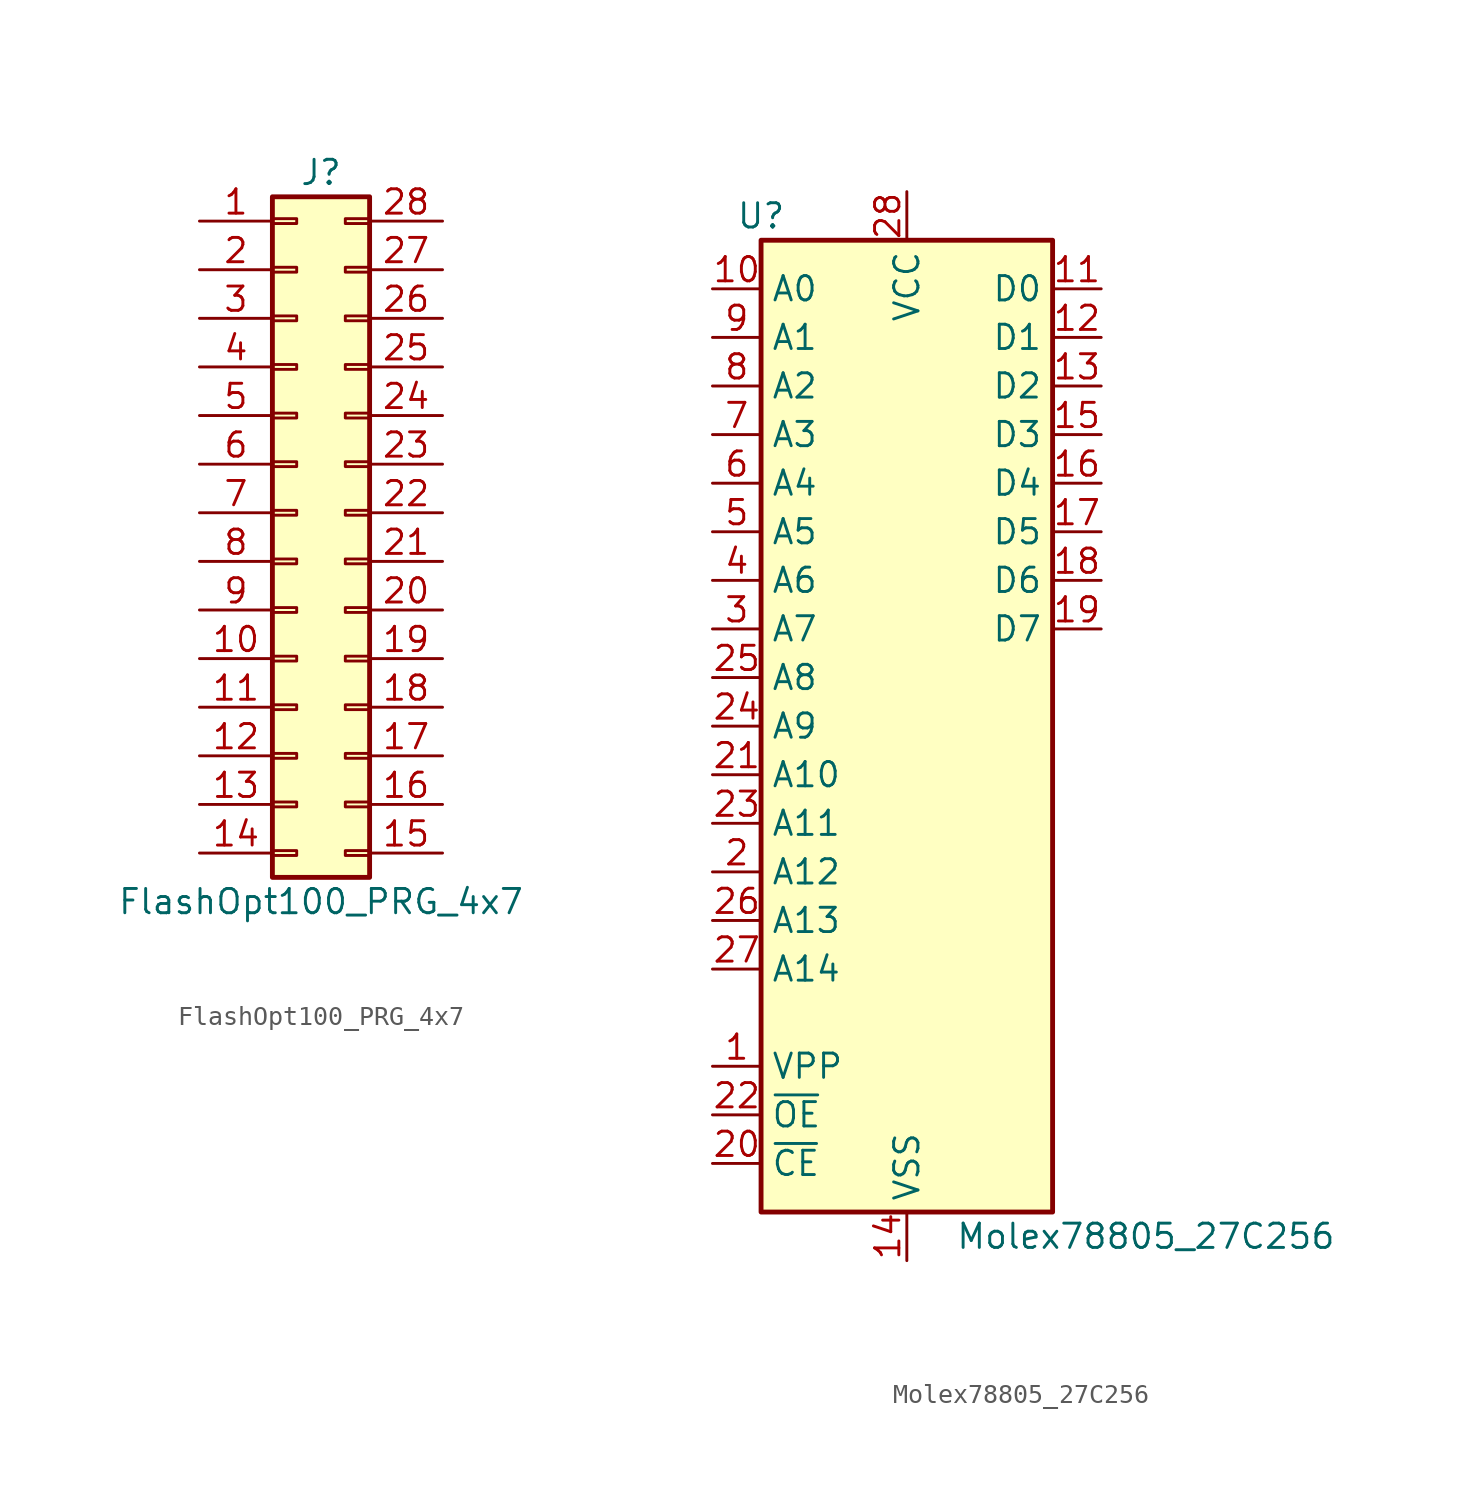
<source format=kicad_sym>
(kicad_symbol_lib
  (version 20211014)
  (generator kicad_symbol_editor)
  (symbol "FlashOpt100_PRG_4x7"
    (pin_names
      (offset 1.016) hide)
    (property "Reference" "J"
      (at 0 17.78 0)
      (effects (font (size 1.27 1.27))))
    (property "Value" "FlashOpt100_PRG_4x7"
      (at 0 -20.32 0)
      (effects (font (size 1.27 1.27))))
    (symbol "FlashOpt100_PRG_4x7_1_1"
      (rectangle (start -2.54 -17.653) (end -1.27 -17.907) (stroke (width 0.152) (type default) (color 0 0 0 0)) (fill (type none)))
      (rectangle (start -2.54 -15.113) (end -1.27 -15.367) (stroke (width 0.152) (type default) (color 0 0 0 0)) (fill (type none)))
      (rectangle (start -2.54 -12.573) (end -1.27 -12.827) (stroke (width 0.152) (type default) (color 0 0 0 0)) (fill (type none)))
      (rectangle (start -2.54 -10.033) (end -1.27 -10.287) (stroke (width 0.152) (type default) (color 0 0 0 0)) (fill (type none)))
      (rectangle (start -2.54 -7.493) (end -1.27 -7.747) (stroke (width 0.152) (type default) (color 0 0 0 0)) (fill (type none)))
      (rectangle (start -2.54 -4.953) (end -1.27 -5.207) (stroke (width 0.152) (type default) (color 0 0 0 0)) (fill (type none)))
      (rectangle (start -2.54 -2.413) (end -1.27 -2.667) (stroke (width 0.152) (type default) (color 0 0 0 0)) (fill (type none)))
      (rectangle (start -2.54 0.127) (end -1.27 -0.127) (stroke (width 0.152) (type default) (color 0 0 0 0)) (fill (type none)))
      (rectangle (start -2.54 2.667) (end -1.27 2.413) (stroke (width 0.152) (type default) (color 0 0 0 0)) (fill (type none)))
      (rectangle (start -2.54 5.207) (end -1.27 4.953) (stroke (width 0.152) (type default) (color 0 0 0 0)) (fill (type none)))
      (rectangle (start -2.54 7.747) (end -1.27 7.493) (stroke (width 0.152) (type default) (color 0 0 0 0)) (fill (type none)))
      (rectangle (start -2.54 10.287) (end -1.27 10.033) (stroke (width 0.152) (type default) (color 0 0 0 0)) (fill (type none)))
      (rectangle (start -2.54 12.827) (end -1.27 12.573) (stroke (width 0.152) (type default) (color 0 0 0 0)) (fill (type none)))
      (rectangle (start -2.54 15.367) (end -1.27 15.113) (stroke (width 0.152) (type default) (color 0 0 0 0)) (fill (type none)))
      (rectangle (start -2.54 16.51) (end 2.54 -19.05) (stroke (width 0.254) (type default) (color 0 0 0 0)) (fill (type background)))
      (rectangle (start 2.54 -17.653) (end 1.27 -17.907) (stroke (width 0.152) (type default) (color 0 0 0 0)) (fill (type none)))
      (rectangle (start 2.54 -15.113) (end 1.27 -15.367) (stroke (width 0.152) (type default) (color 0 0 0 0)) (fill (type none)))
      (rectangle (start 2.54 -12.573) (end 1.27 -12.827) (stroke (width 0.152) (type default) (color 0 0 0 0)) (fill (type none)))
      (rectangle (start 2.54 -10.033) (end 1.27 -10.287) (stroke (width 0.152) (type default) (color 0 0 0 0)) (fill (type none)))
      (rectangle (start 2.54 -7.493) (end 1.27 -7.747) (stroke (width 0.152) (type default) (color 0 0 0 0)) (fill (type none)))
      (rectangle (start 2.54 -4.953) (end 1.27 -5.207) (stroke (width 0.152) (type default) (color 0 0 0 0)) (fill (type none)))
      (rectangle (start 2.54 -2.413) (end 1.27 -2.667) (stroke (width 0.152) (type default) (color 0 0 0 0)) (fill (type none)))
      (rectangle (start 2.54 0.127) (end 1.27 -0.127) (stroke (width 0.152) (type default) (color 0 0 0 0)) (fill (type none)))
      (rectangle (start 2.54 2.667) (end 1.27 2.413) (stroke (width 0.152) (type default) (color 0 0 0 0)) (fill (type none)))
      (rectangle (start 2.54 5.207) (end 1.27 4.953) (stroke (width 0.152) (type default) (color 0 0 0 0)) (fill (type none)))
      (rectangle (start 2.54 7.747) (end 1.27 7.493) (stroke (width 0.152) (type default) (color 0 0 0 0)) (fill (type none)))
      (rectangle (start 2.54 10.287) (end 1.27 10.033) (stroke (width 0.152) (type default) (color 0 0 0 0)) (fill (type none)))
      (rectangle (start 2.54 12.827) (end 1.27 12.573) (stroke (width 0.152) (type default) (color 0 0 0 0)) (fill (type none)))
      (rectangle (start 2.54 15.367) (end 1.27 15.113) (stroke (width 0.152) (type default) (color 0 0 0 0)) (fill (type none)))
      (pin passive line (at -6.35 15.24 0) (length 3.81) (name "Pin_1" (effects (font (size 1.27 1.27)))) (number "1" (effects (font (size 1.27 1.27)))))
      (pin passive line (at -6.35 -7.62 0) (length 3.81) (name "Pin_10" (effects (font (size 1.27 1.27)))) (number "10" (effects (font (size 1.27 1.27)))))
      (pin passive line (at -6.35 -10.16 0) (length 3.81) (name "Pin_11" (effects (font (size 1.27 1.27)))) (number "11" (effects (font (size 1.27 1.27)))))
      (pin passive line (at -6.35 -12.7 0) (length 3.81) (name "Pin_12" (effects (font (size 1.27 1.27)))) (number "12" (effects (font (size 1.27 1.27)))))
      (pin passive line (at -6.35 -15.24 0) (length 3.81) (name "Pin_13" (effects (font (size 1.27 1.27)))) (number "13" (effects (font (size 1.27 1.27)))))
      (pin passive line (at -6.35 -17.78 0) (length 3.81) (name "Pin_14" (effects (font (size 1.27 1.27)))) (number "14" (effects (font (size 1.27 1.27)))))
      (pin passive line (at 6.35 -17.78 180) (length 3.81) (name "Pin_15" (effects (font (size 1.27 1.27)))) (number "15" (effects (font (size 1.27 1.27)))))
      (pin passive line (at 6.35 -15.24 180) (length 3.81) (name "Pin_16" (effects (font (size 1.27 1.27)))) (number "16" (effects (font (size 1.27 1.27)))))
      (pin passive line (at 6.35 -12.7 180) (length 3.81) (name "Pin_17" (effects (font (size 1.27 1.27)))) (number "17" (effects (font (size 1.27 1.27)))))
      (pin passive line (at 6.35 -10.16 180) (length 3.81) (name "Pin_18" (effects (font (size 1.27 1.27)))) (number "18" (effects (font (size 1.27 1.27)))))
      (pin passive line (at 6.35 -7.62 180) (length 3.81) (name "Pin_19" (effects (font (size 1.27 1.27)))) (number "19" (effects (font (size 1.27 1.27)))))
      (pin passive line (at -6.35 12.7 0) (length 3.81) (name "Pin_2" (effects (font (size 1.27 1.27)))) (number "2" (effects (font (size 1.27 1.27)))))
      (pin passive line (at 6.35 -5.08 180) (length 3.81) (name "Pin_20" (effects (font (size 1.27 1.27)))) (number "20" (effects (font (size 1.27 1.27)))))
      (pin passive line (at 6.35 -2.54 180) (length 3.81) (name "Pin_21" (effects (font (size 1.27 1.27)))) (number "21" (effects (font (size 1.27 1.27)))))
      (pin passive line (at 6.35 0 180) (length 3.81) (name "Pin_22" (effects (font (size 1.27 1.27)))) (number "22" (effects (font (size 1.27 1.27)))))
      (pin passive line (at 6.35 2.54 180) (length 3.81) (name "Pin_23" (effects (font (size 1.27 1.27)))) (number "23" (effects (font (size 1.27 1.27)))))
      (pin passive line (at 6.35 5.08 180) (length 3.81) (name "Pin_24" (effects (font (size 1.27 1.27)))) (number "24" (effects (font (size 1.27 1.27)))))
      (pin passive line (at 6.35 7.62 180) (length 3.81) (name "Pin_25" (effects (font (size 1.27 1.27)))) (number "25" (effects (font (size 1.27 1.27)))))
      (pin passive line (at 6.35 10.16 180) (length 3.81) (name "Pin_26" (effects (font (size 1.27 1.27)))) (number "26" (effects (font (size 1.27 1.27)))))
      (pin passive line (at 6.35 12.7 180) (length 3.81) (name "Pin_27" (effects (font (size 1.27 1.27)))) (number "27" (effects (font (size 1.27 1.27)))))
      (pin passive line (at 6.35 15.24 180) (length 3.81) (name "Pin_28" (effects (font (size 1.27 1.27)))) (number "28" (effects (font (size 1.27 1.27)))))
      (pin passive line (at -6.35 10.16 0) (length 3.81) (name "Pin_3" (effects (font (size 1.27 1.27)))) (number "3" (effects (font (size 1.27 1.27)))))
      (pin passive line (at -6.35 7.62 0) (length 3.81) (name "Pin_4" (effects (font (size 1.27 1.27)))) (number "4" (effects (font (size 1.27 1.27)))))
      (pin passive line (at -6.35 5.08 0) (length 3.81) (name "Pin_5" (effects (font (size 1.27 1.27)))) (number "5" (effects (font (size 1.27 1.27)))))
      (pin passive line (at -6.35 2.54 0) (length 3.81) (name "Pin_6" (effects (font (size 1.27 1.27)))) (number "6" (effects (font (size 1.27 1.27)))))
      (pin passive line (at -6.35 0 0) (length 3.81) (name "Pin_7" (effects (font (size 1.27 1.27)))) (number "7" (effects (font (size 1.27 1.27)))))
      (pin passive line (at -6.35 -2.54 0) (length 3.81) (name "Pin_8" (effects (font (size 1.27 1.27)))) (number "8" (effects (font (size 1.27 1.27)))))
      (pin passive line (at -6.35 -5.08 0) (length 3.81) (name "Pin_9" (effects (font (size 1.27 1.27)))) (number "9" (effects (font (size 1.27 1.27)))))))
  (symbol "Molex78805_27C256"
    (property "Reference" "U"
      (at -7.62 26.67 0)
      (effects (font (size 1.27 1.27))))
    (property "Value" "Molex78805_27C256"
      (at 2.54 -26.67 0)
      (effects (font (size 1.27 1.27)) (justify left)))
    (symbol "Molex78805_27C256_1_1"
      (rectangle (start -7.62 25.4) (end 7.62 -25.4) (stroke (width 0.254) (type default) (color 0 0 0 0)) (fill (type background)))
      (pin power_in line (at -10.16 -17.78 0) (length 2.54) (name "VPP" (effects (font (size 1.27 1.27)))) (number "1" (effects (font (size 1.27 1.27)))))
      (pin input line (at -10.16 22.86 0) (length 2.54) (name "A0" (effects (font (size 1.27 1.27)))) (number "10" (effects (font (size 1.27 1.27)))))
      (pin tri_state line (at 10.16 22.86 180) (length 2.54) (name "D0" (effects (font (size 1.27 1.27)))) (number "11" (effects (font (size 1.27 1.27)))))
      (pin tri_state line (at 10.16 20.32 180) (length 2.54) (name "D1" (effects (font (size 1.27 1.27)))) (number "12" (effects (font (size 1.27 1.27)))))
      (pin tri_state line (at 10.16 17.78 180) (length 2.54) (name "D2" (effects (font (size 1.27 1.27)))) (number "13" (effects (font (size 1.27 1.27)))))
      (pin power_in line (at 0 -27.94 90) (length 2.54) (name "VSS" (effects (font (size 1.27 1.27)))) (number "14" (effects (font (size 1.27 1.27)))))
      (pin tri_state line (at 10.16 15.24 180) (length 2.54) (name "D3" (effects (font (size 1.27 1.27)))) (number "15" (effects (font (size 1.27 1.27)))))
      (pin tri_state line (at 10.16 12.7 180) (length 2.54) (name "D4" (effects (font (size 1.27 1.27)))) (number "16" (effects (font (size 1.27 1.27)))))
      (pin tri_state line (at 10.16 10.16 180) (length 2.54) (name "D5" (effects (font (size 1.27 1.27)))) (number "17" (effects (font (size 1.27 1.27)))))
      (pin tri_state line (at 10.16 7.62 180) (length 2.54) (name "D6" (effects (font (size 1.27 1.27)))) (number "18" (effects (font (size 1.27 1.27)))))
      (pin tri_state line (at 10.16 5.08 180) (length 2.54) (name "D7" (effects (font (size 1.27 1.27)))) (number "19" (effects (font (size 1.27 1.27)))))
      (pin input line (at -10.16 -7.62 0) (length 2.54) (name "A12" (effects (font (size 1.27 1.27)))) (number "2" (effects (font (size 1.27 1.27)))))
      (pin input line (at -10.16 -22.86 0) (length 2.54) (name "~{CE}" (effects (font (size 1.27 1.27)))) (number "20" (effects (font (size 1.27 1.27)))))
      (pin input line (at -10.16 -2.54 0) (length 2.54) (name "A10" (effects (font (size 1.27 1.27)))) (number "21" (effects (font (size 1.27 1.27)))))
      (pin input line (at -10.16 -20.32 0) (length 2.54) (name "~{OE}" (effects (font (size 1.27 1.27)))) (number "22" (effects (font (size 1.27 1.27)))))
      (pin input line (at -10.16 -5.08 0) (length 2.54) (name "A11" (effects (font (size 1.27 1.27)))) (number "23" (effects (font (size 1.27 1.27)))))
      (pin input line (at -10.16 0 0) (length 2.54) (name "A9" (effects (font (size 1.27 1.27)))) (number "24" (effects (font (size 1.27 1.27)))))
      (pin input line (at -10.16 2.54 0) (length 2.54) (name "A8" (effects (font (size 1.27 1.27)))) (number "25" (effects (font (size 1.27 1.27)))))
      (pin input line (at -10.16 -10.16 0) (length 2.54) (name "A13" (effects (font (size 1.27 1.27)))) (number "26" (effects (font (size 1.27 1.27)))))
      (pin input line (at -10.16 -12.7 0) (length 2.54) (name "A14" (effects (font (size 1.27 1.27)))) (number "27" (effects (font (size 1.27 1.27)))))
      (pin power_in line (at 0 27.94 270) (length 2.54) (name "VCC" (effects (font (size 1.27 1.27)))) (number "28" (effects (font (size 1.27 1.27)))))
      (pin input line (at -10.16 5.08 0) (length 2.54) (name "A7" (effects (font (size 1.27 1.27)))) (number "3" (effects (font (size 1.27 1.27)))))
      (pin input line (at -10.16 7.62 0) (length 2.54) (name "A6" (effects (font (size 1.27 1.27)))) (number "4" (effects (font (size 1.27 1.27)))))
      (pin input line (at -10.16 10.16 0) (length 2.54) (name "A5" (effects (font (size 1.27 1.27)))) (number "5" (effects (font (size 1.27 1.27)))))
      (pin input line (at -10.16 12.7 0) (length 2.54) (name "A4" (effects (font (size 1.27 1.27)))) (number "6" (effects (font (size 1.27 1.27)))))
      (pin input line (at -10.16 15.24 0) (length 2.54) (name "A3" (effects (font (size 1.27 1.27)))) (number "7" (effects (font (size 1.27 1.27)))))
      (pin input line (at -10.16 17.78 0) (length 2.54) (name "A2" (effects (font (size 1.27 1.27)))) (number "8" (effects (font (size 1.27 1.27)))))
      (pin input line (at -10.16 20.32 0) (length 2.54) (name "A1" (effects (font (size 1.27 1.27)))) (number "9" (effects (font (size 1.27 1.27))))))))
</source>
